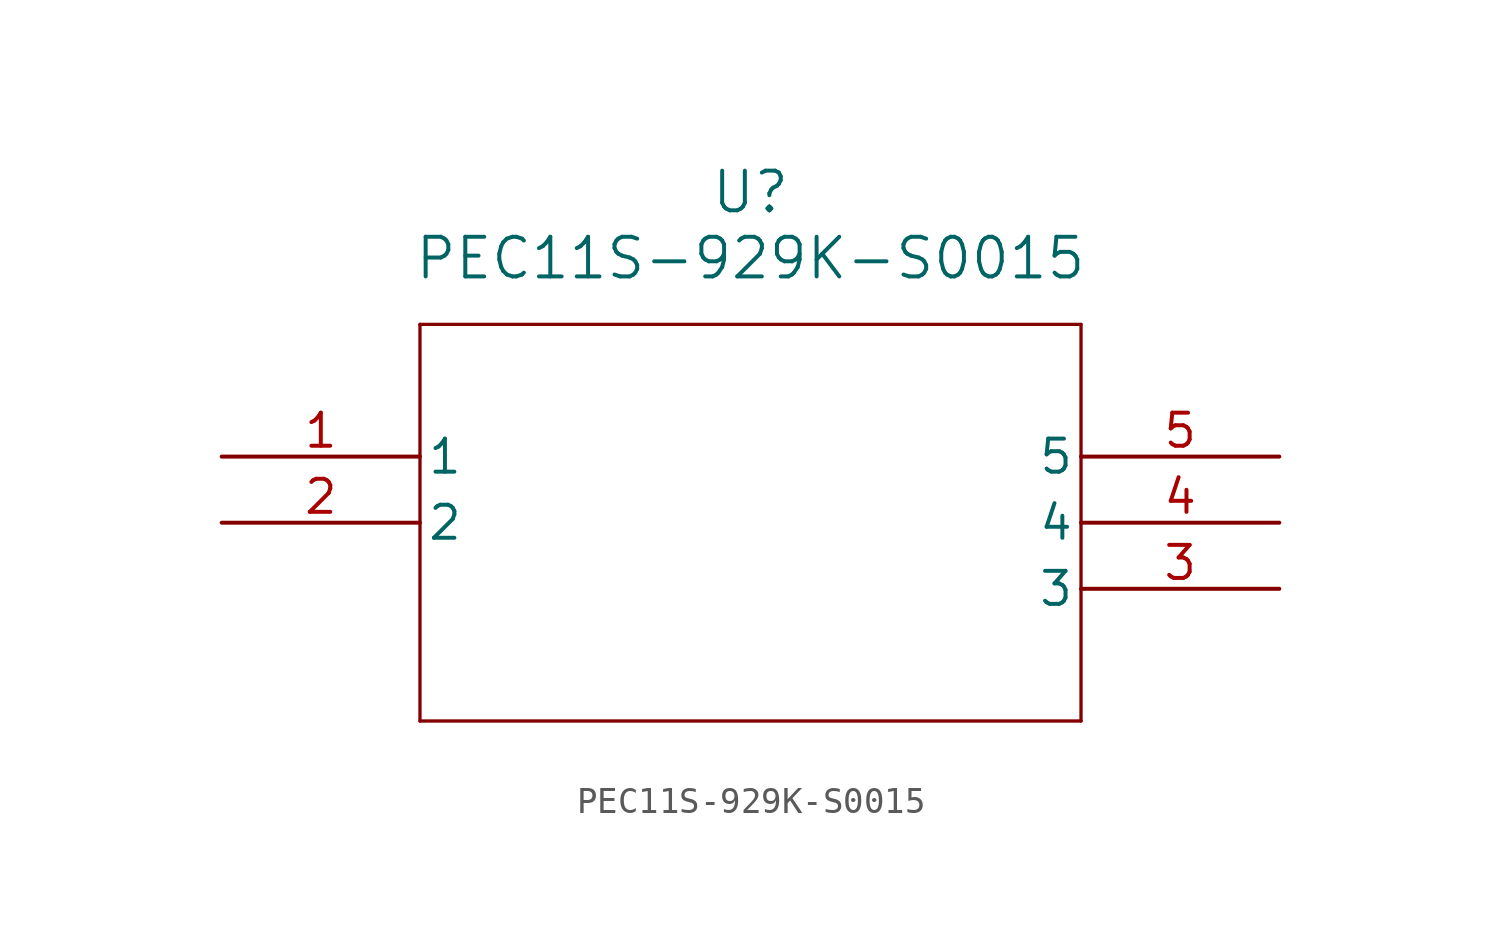
<source format=kicad_sym>
(kicad_symbol_lib
  (version 20211014)
  (generator kicad_symbol_editor)
  (symbol "PEC11S-929K-S0015"
    (pin_names
      (offset 0.254))
    (property "Reference" "U"
      (at 20.32 10.16 0)
      (effects (font (size 1.524 1.524))))
    (property "Value" "PEC11S-929K-S0015"
      (at 20.32 7.62 0)
      (effects (font (size 1.524 1.524))))
    (symbol "PEC11S-929K-S0015_0_1"
      (polyline (pts (xy 7.62 5.08) (xy 7.62 -10.16)) (stroke (width 0.127) (type default) (color 0 0 0 0)) (fill (type none)))
      (polyline (pts (xy 7.62 -10.16) (xy 33.02 -10.16)) (stroke (width 0.127) (type default) (color 0 0 0 0)) (fill (type none)))
      (polyline (pts (xy 33.02 -10.16) (xy 33.02 5.08)) (stroke (width 0.127) (type default) (color 0 0 0 0)) (fill (type none)))
      (polyline (pts (xy 33.02 5.08) (xy 7.62 5.08)) (stroke (width 0.127) (type default) (color 0 0 0 0)) (fill (type none)))
      (pin unspecified line (at 0 0 0) (length 7.62) (name "1" (effects (font (size 1.27 1.27)))) (number "1" (effects (font (size 1.27 1.27)))))
      (pin unspecified line (at 0 -2.54 0) (length 7.62) (name "2" (effects (font (size 1.27 1.27)))) (number "2" (effects (font (size 1.27 1.27)))))
      (pin unspecified line (at 40.64 -5.08 180) (length 7.62) (name "3" (effects (font (size 1.27 1.27)))) (number "3" (effects (font (size 1.27 1.27)))))
      (pin unspecified line (at 40.64 -2.54 180) (length 7.62) (name "4" (effects (font (size 1.27 1.27)))) (number "4" (effects (font (size 1.27 1.27)))))
      (pin unspecified line (at 40.64 0 180) (length 7.62) (name "5" (effects (font (size 1.27 1.27)))) (number "5" (effects (font (size 1.27 1.27))))))))
</source>
